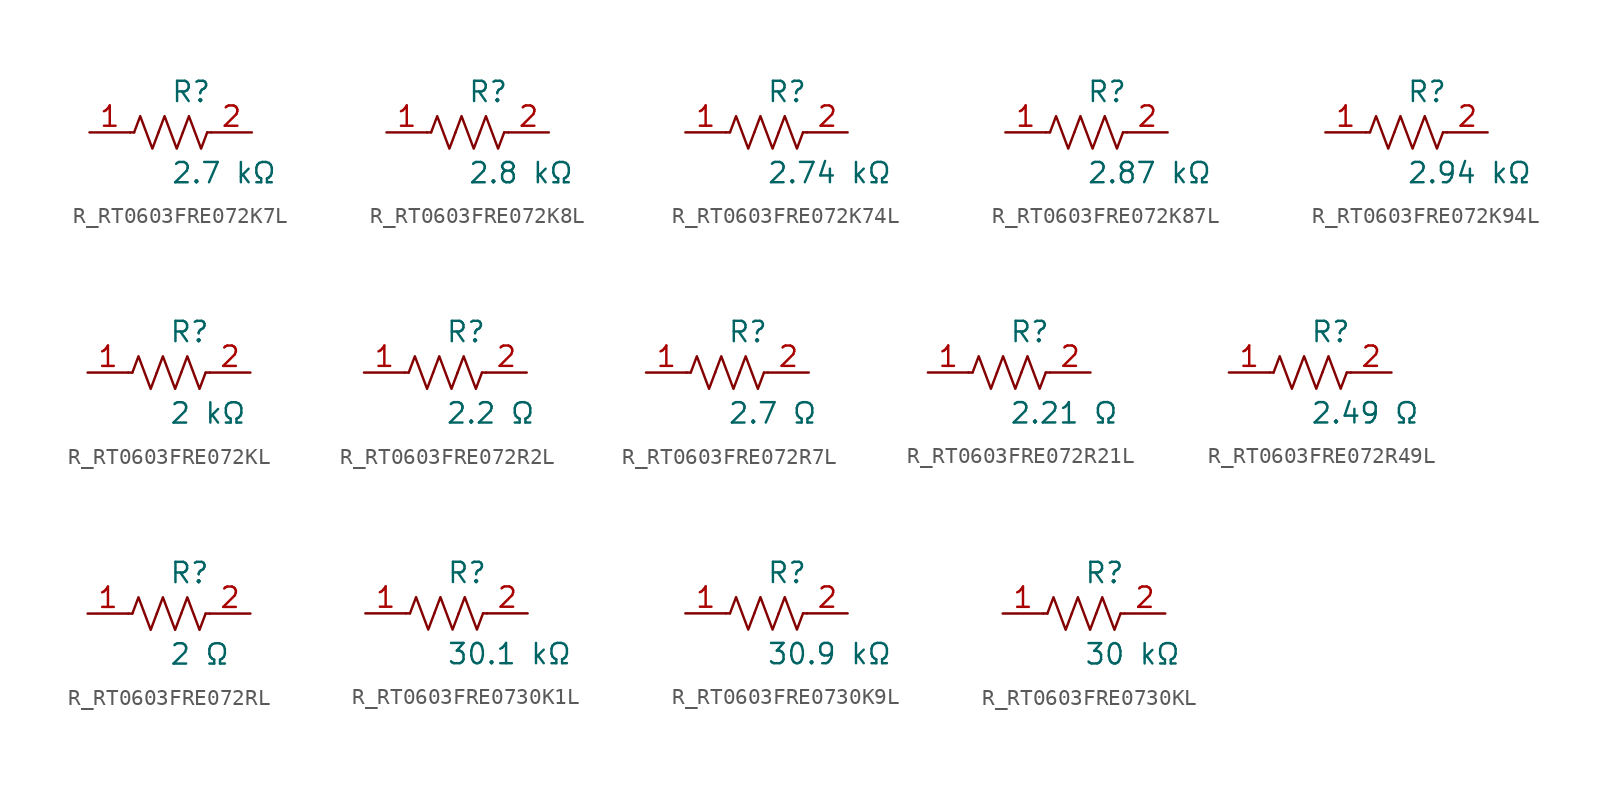
<source format=kicad_sym>
(kicad_symbol_lib
  (version 20231120)
  (generator kicad_symbol_editor)
  (generator_version 8.0)
  (symbol "R_RT0603FRE072K7L"
    (pin_names
      (offset 0.254))
    (property "Reference" "R"
      (at 0.0 2.54 0)
      (effects (font (size 1.27 1.27)) (justify left)))
    (property "Value" "2.7 kΩ"
      (at 0.0 -2.54 0)
      (effects (font (size 1.27 1.27)) (justify left)))
    (symbol "R_RT0603FRE072K7L_0_1"
      (polyline (pts (xy 2.286 0) (xy 2.54 0)) (stroke (width 0) (type default)) (fill (type none)))
      (polyline (pts (xy -2.286 0) (xy -2.54 0)) (stroke (width 0) (type default)) (fill (type none)))
      (polyline (pts (xy 0.762 0) (xy 1.143 1.016) (xy 1.524 0) (xy 1.905 -1.016) (xy 2.286 0)) (stroke (width 0) (type default)) (fill (type none)))
      (polyline (pts (xy -0.762 0) (xy -0.381 1.016) (xy 0 0) (xy 0.381 -1.016) (xy 0.762 0)) (stroke (width 0) (type default)) (fill (type none)))
      (polyline (pts (xy -2.286 0) (xy -1.905 1.016) (xy -1.524 0) (xy -1.143 -1.016) (xy -0.762 0)) (stroke (width 0) (type default)) (fill (type none))))
    (pin unspecified line
      (at -5.08 0 0)
      (length 2.54)
      (name "" (effects (font (size 1.27 1.27))))
      (number "1" (effects (font (size 1.27 1.27)))))
    (pin unspecified line
      (at 5.08 0 180)
      (length 2.54)
      (name "" (effects (font (size 1.27 1.27))))
      (number "2" (effects (font (size 1.27 1.27))))))
  (symbol "R_RT0603FRE072K8L"
    (pin_names
      (offset 0.254))
    (property "Reference" "R"
      (at 0.0 2.54 0)
      (effects (font (size 1.27 1.27)) (justify left)))
    (property "Value" "2.8 kΩ"
      (at 0.0 -2.54 0)
      (effects (font (size 1.27 1.27)) (justify left)))
    (symbol "R_RT0603FRE072K8L_0_1"
      (polyline (pts (xy 2.286 0) (xy 2.54 0)) (stroke (width 0) (type default)) (fill (type none)))
      (polyline (pts (xy -2.286 0) (xy -2.54 0)) (stroke (width 0) (type default)) (fill (type none)))
      (polyline (pts (xy 0.762 0) (xy 1.143 1.016) (xy 1.524 0) (xy 1.905 -1.016) (xy 2.286 0)) (stroke (width 0) (type default)) (fill (type none)))
      (polyline (pts (xy -0.762 0) (xy -0.381 1.016) (xy 0 0) (xy 0.381 -1.016) (xy 0.762 0)) (stroke (width 0) (type default)) (fill (type none)))
      (polyline (pts (xy -2.286 0) (xy -1.905 1.016) (xy -1.524 0) (xy -1.143 -1.016) (xy -0.762 0)) (stroke (width 0) (type default)) (fill (type none))))
    (pin unspecified line
      (at -5.08 0 0)
      (length 2.54)
      (name "" (effects (font (size 1.27 1.27))))
      (number "1" (effects (font (size 1.27 1.27)))))
    (pin unspecified line
      (at 5.08 0 180)
      (length 2.54)
      (name "" (effects (font (size 1.27 1.27))))
      (number "2" (effects (font (size 1.27 1.27))))))
  (symbol "R_RT0603FRE072K74L"
    (pin_names
      (offset 0.254))
    (property "Reference" "R"
      (at 0.0 2.54 0)
      (effects (font (size 1.27 1.27)) (justify left)))
    (property "Value" "2.74 kΩ"
      (at 0.0 -2.54 0)
      (effects (font (size 1.27 1.27)) (justify left)))
    (symbol "R_RT0603FRE072K74L_0_1"
      (polyline (pts (xy 2.286 0) (xy 2.54 0)) (stroke (width 0) (type default)) (fill (type none)))
      (polyline (pts (xy -2.286 0) (xy -2.54 0)) (stroke (width 0) (type default)) (fill (type none)))
      (polyline (pts (xy 0.762 0) (xy 1.143 1.016) (xy 1.524 0) (xy 1.905 -1.016) (xy 2.286 0)) (stroke (width 0) (type default)) (fill (type none)))
      (polyline (pts (xy -0.762 0) (xy -0.381 1.016) (xy 0 0) (xy 0.381 -1.016) (xy 0.762 0)) (stroke (width 0) (type default)) (fill (type none)))
      (polyline (pts (xy -2.286 0) (xy -1.905 1.016) (xy -1.524 0) (xy -1.143 -1.016) (xy -0.762 0)) (stroke (width 0) (type default)) (fill (type none))))
    (pin unspecified line
      (at -5.08 0 0)
      (length 2.54)
      (name "" (effects (font (size 1.27 1.27))))
      (number "1" (effects (font (size 1.27 1.27)))))
    (pin unspecified line
      (at 5.08 0 180)
      (length 2.54)
      (name "" (effects (font (size 1.27 1.27))))
      (number "2" (effects (font (size 1.27 1.27))))))
  (symbol "R_RT0603FRE072K87L"
    (pin_names
      (offset 0.254))
    (property "Reference" "R"
      (at 0.0 2.54 0)
      (effects (font (size 1.27 1.27)) (justify left)))
    (property "Value" "2.87 kΩ"
      (at 0.0 -2.54 0)
      (effects (font (size 1.27 1.27)) (justify left)))
    (symbol "R_RT0603FRE072K87L_0_1"
      (polyline (pts (xy 2.286 0) (xy 2.54 0)) (stroke (width 0) (type default)) (fill (type none)))
      (polyline (pts (xy -2.286 0) (xy -2.54 0)) (stroke (width 0) (type default)) (fill (type none)))
      (polyline (pts (xy 0.762 0) (xy 1.143 1.016) (xy 1.524 0) (xy 1.905 -1.016) (xy 2.286 0)) (stroke (width 0) (type default)) (fill (type none)))
      (polyline (pts (xy -0.762 0) (xy -0.381 1.016) (xy 0 0) (xy 0.381 -1.016) (xy 0.762 0)) (stroke (width 0) (type default)) (fill (type none)))
      (polyline (pts (xy -2.286 0) (xy -1.905 1.016) (xy -1.524 0) (xy -1.143 -1.016) (xy -0.762 0)) (stroke (width 0) (type default)) (fill (type none))))
    (pin unspecified line
      (at -5.08 0 0)
      (length 2.54)
      (name "" (effects (font (size 1.27 1.27))))
      (number "1" (effects (font (size 1.27 1.27)))))
    (pin unspecified line
      (at 5.08 0 180)
      (length 2.54)
      (name "" (effects (font (size 1.27 1.27))))
      (number "2" (effects (font (size 1.27 1.27))))))
  (symbol "R_RT0603FRE072K94L"
    (pin_names
      (offset 0.254))
    (property "Reference" "R"
      (at 0.0 2.54 0)
      (effects (font (size 1.27 1.27)) (justify left)))
    (property "Value" "2.94 kΩ"
      (at 0.0 -2.54 0)
      (effects (font (size 1.27 1.27)) (justify left)))
    (symbol "R_RT0603FRE072K94L_0_1"
      (polyline (pts (xy 2.286 0) (xy 2.54 0)) (stroke (width 0) (type default)) (fill (type none)))
      (polyline (pts (xy -2.286 0) (xy -2.54 0)) (stroke (width 0) (type default)) (fill (type none)))
      (polyline (pts (xy 0.762 0) (xy 1.143 1.016) (xy 1.524 0) (xy 1.905 -1.016) (xy 2.286 0)) (stroke (width 0) (type default)) (fill (type none)))
      (polyline (pts (xy -0.762 0) (xy -0.381 1.016) (xy 0 0) (xy 0.381 -1.016) (xy 0.762 0)) (stroke (width 0) (type default)) (fill (type none)))
      (polyline (pts (xy -2.286 0) (xy -1.905 1.016) (xy -1.524 0) (xy -1.143 -1.016) (xy -0.762 0)) (stroke (width 0) (type default)) (fill (type none))))
    (pin unspecified line
      (at -5.08 0 0)
      (length 2.54)
      (name "" (effects (font (size 1.27 1.27))))
      (number "1" (effects (font (size 1.27 1.27)))))
    (pin unspecified line
      (at 5.08 0 180)
      (length 2.54)
      (name "" (effects (font (size 1.27 1.27))))
      (number "2" (effects (font (size 1.27 1.27))))))
  (symbol "R_RT0603FRE072KL"
    (pin_names
      (offset 0.254))
    (property "Reference" "R"
      (at 0.0 2.54 0)
      (effects (font (size 1.27 1.27)) (justify left)))
    (property "Value" "2 kΩ"
      (at 0.0 -2.54 0)
      (effects (font (size 1.27 1.27)) (justify left)))
    (symbol "R_RT0603FRE072KL_0_1"
      (polyline (pts (xy 2.286 0) (xy 2.54 0)) (stroke (width 0) (type default)) (fill (type none)))
      (polyline (pts (xy -2.286 0) (xy -2.54 0)) (stroke (width 0) (type default)) (fill (type none)))
      (polyline (pts (xy 0.762 0) (xy 1.143 1.016) (xy 1.524 0) (xy 1.905 -1.016) (xy 2.286 0)) (stroke (width 0) (type default)) (fill (type none)))
      (polyline (pts (xy -0.762 0) (xy -0.381 1.016) (xy 0 0) (xy 0.381 -1.016) (xy 0.762 0)) (stroke (width 0) (type default)) (fill (type none)))
      (polyline (pts (xy -2.286 0) (xy -1.905 1.016) (xy -1.524 0) (xy -1.143 -1.016) (xy -0.762 0)) (stroke (width 0) (type default)) (fill (type none))))
    (pin unspecified line
      (at -5.08 0 0)
      (length 2.54)
      (name "" (effects (font (size 1.27 1.27))))
      (number "1" (effects (font (size 1.27 1.27)))))
    (pin unspecified line
      (at 5.08 0 180)
      (length 2.54)
      (name "" (effects (font (size 1.27 1.27))))
      (number "2" (effects (font (size 1.27 1.27))))))
  (symbol "R_RT0603FRE072R2L"
    (pin_names
      (offset 0.254))
    (property "Reference" "R"
      (at 0.0 2.54 0)
      (effects (font (size 1.27 1.27)) (justify left)))
    (property "Value" "2.2 Ω"
      (at 0.0 -2.54 0)
      (effects (font (size 1.27 1.27)) (justify left)))
    (symbol "R_RT0603FRE072R2L_0_1"
      (polyline (pts (xy 2.286 0) (xy 2.54 0)) (stroke (width 0) (type default)) (fill (type none)))
      (polyline (pts (xy -2.286 0) (xy -2.54 0)) (stroke (width 0) (type default)) (fill (type none)))
      (polyline (pts (xy 0.762 0) (xy 1.143 1.016) (xy 1.524 0) (xy 1.905 -1.016) (xy 2.286 0)) (stroke (width 0) (type default)) (fill (type none)))
      (polyline (pts (xy -0.762 0) (xy -0.381 1.016) (xy 0 0) (xy 0.381 -1.016) (xy 0.762 0)) (stroke (width 0) (type default)) (fill (type none)))
      (polyline (pts (xy -2.286 0) (xy -1.905 1.016) (xy -1.524 0) (xy -1.143 -1.016) (xy -0.762 0)) (stroke (width 0) (type default)) (fill (type none))))
    (pin unspecified line
      (at -5.08 0 0)
      (length 2.54)
      (name "" (effects (font (size 1.27 1.27))))
      (number "1" (effects (font (size 1.27 1.27)))))
    (pin unspecified line
      (at 5.08 0 180)
      (length 2.54)
      (name "" (effects (font (size 1.27 1.27))))
      (number "2" (effects (font (size 1.27 1.27))))))
  (symbol "R_RT0603FRE072R7L"
    (pin_names
      (offset 0.254))
    (property "Reference" "R"
      (at 0.0 2.54 0)
      (effects (font (size 1.27 1.27)) (justify left)))
    (property "Value" "2.7 Ω"
      (at 0.0 -2.54 0)
      (effects (font (size 1.27 1.27)) (justify left)))
    (symbol "R_RT0603FRE072R7L_0_1"
      (polyline (pts (xy 2.286 0) (xy 2.54 0)) (stroke (width 0) (type default)) (fill (type none)))
      (polyline (pts (xy -2.286 0) (xy -2.54 0)) (stroke (width 0) (type default)) (fill (type none)))
      (polyline (pts (xy 0.762 0) (xy 1.143 1.016) (xy 1.524 0) (xy 1.905 -1.016) (xy 2.286 0)) (stroke (width 0) (type default)) (fill (type none)))
      (polyline (pts (xy -0.762 0) (xy -0.381 1.016) (xy 0 0) (xy 0.381 -1.016) (xy 0.762 0)) (stroke (width 0) (type default)) (fill (type none)))
      (polyline (pts (xy -2.286 0) (xy -1.905 1.016) (xy -1.524 0) (xy -1.143 -1.016) (xy -0.762 0)) (stroke (width 0) (type default)) (fill (type none))))
    (pin unspecified line
      (at -5.08 0 0)
      (length 2.54)
      (name "" (effects (font (size 1.27 1.27))))
      (number "1" (effects (font (size 1.27 1.27)))))
    (pin unspecified line
      (at 5.08 0 180)
      (length 2.54)
      (name "" (effects (font (size 1.27 1.27))))
      (number "2" (effects (font (size 1.27 1.27))))))
  (symbol "R_RT0603FRE072R21L"
    (pin_names
      (offset 0.254))
    (property "Reference" "R"
      (at 0.0 2.54 0)
      (effects (font (size 1.27 1.27)) (justify left)))
    (property "Value" "2.21 Ω"
      (at 0.0 -2.54 0)
      (effects (font (size 1.27 1.27)) (justify left)))
    (symbol "R_RT0603FRE072R21L_0_1"
      (polyline (pts (xy 2.286 0) (xy 2.54 0)) (stroke (width 0) (type default)) (fill (type none)))
      (polyline (pts (xy -2.286 0) (xy -2.54 0)) (stroke (width 0) (type default)) (fill (type none)))
      (polyline (pts (xy 0.762 0) (xy 1.143 1.016) (xy 1.524 0) (xy 1.905 -1.016) (xy 2.286 0)) (stroke (width 0) (type default)) (fill (type none)))
      (polyline (pts (xy -0.762 0) (xy -0.381 1.016) (xy 0 0) (xy 0.381 -1.016) (xy 0.762 0)) (stroke (width 0) (type default)) (fill (type none)))
      (polyline (pts (xy -2.286 0) (xy -1.905 1.016) (xy -1.524 0) (xy -1.143 -1.016) (xy -0.762 0)) (stroke (width 0) (type default)) (fill (type none))))
    (pin unspecified line
      (at -5.08 0 0)
      (length 2.54)
      (name "" (effects (font (size 1.27 1.27))))
      (number "1" (effects (font (size 1.27 1.27)))))
    (pin unspecified line
      (at 5.08 0 180)
      (length 2.54)
      (name "" (effects (font (size 1.27 1.27))))
      (number "2" (effects (font (size 1.27 1.27))))))
  (symbol "R_RT0603FRE072R49L"
    (pin_names
      (offset 0.254))
    (property "Reference" "R"
      (at 0.0 2.54 0)
      (effects (font (size 1.27 1.27)) (justify left)))
    (property "Value" "2.49 Ω"
      (at 0.0 -2.54 0)
      (effects (font (size 1.27 1.27)) (justify left)))
    (symbol "R_RT0603FRE072R49L_0_1"
      (polyline (pts (xy 2.286 0) (xy 2.54 0)) (stroke (width 0) (type default)) (fill (type none)))
      (polyline (pts (xy -2.286 0) (xy -2.54 0)) (stroke (width 0) (type default)) (fill (type none)))
      (polyline (pts (xy 0.762 0) (xy 1.143 1.016) (xy 1.524 0) (xy 1.905 -1.016) (xy 2.286 0)) (stroke (width 0) (type default)) (fill (type none)))
      (polyline (pts (xy -0.762 0) (xy -0.381 1.016) (xy 0 0) (xy 0.381 -1.016) (xy 0.762 0)) (stroke (width 0) (type default)) (fill (type none)))
      (polyline (pts (xy -2.286 0) (xy -1.905 1.016) (xy -1.524 0) (xy -1.143 -1.016) (xy -0.762 0)) (stroke (width 0) (type default)) (fill (type none))))
    (pin unspecified line
      (at -5.08 0 0)
      (length 2.54)
      (name "" (effects (font (size 1.27 1.27))))
      (number "1" (effects (font (size 1.27 1.27)))))
    (pin unspecified line
      (at 5.08 0 180)
      (length 2.54)
      (name "" (effects (font (size 1.27 1.27))))
      (number "2" (effects (font (size 1.27 1.27))))))
  (symbol "R_RT0603FRE072RL"
    (pin_names
      (offset 0.254))
    (property "Reference" "R"
      (at 0.0 2.54 0)
      (effects (font (size 1.27 1.27)) (justify left)))
    (property "Value" "2 Ω"
      (at 0.0 -2.54 0)
      (effects (font (size 1.27 1.27)) (justify left)))
    (symbol "R_RT0603FRE072RL_0_1"
      (polyline (pts (xy 2.286 0) (xy 2.54 0)) (stroke (width 0) (type default)) (fill (type none)))
      (polyline (pts (xy -2.286 0) (xy -2.54 0)) (stroke (width 0) (type default)) (fill (type none)))
      (polyline (pts (xy 0.762 0) (xy 1.143 1.016) (xy 1.524 0) (xy 1.905 -1.016) (xy 2.286 0)) (stroke (width 0) (type default)) (fill (type none)))
      (polyline (pts (xy -0.762 0) (xy -0.381 1.016) (xy 0 0) (xy 0.381 -1.016) (xy 0.762 0)) (stroke (width 0) (type default)) (fill (type none)))
      (polyline (pts (xy -2.286 0) (xy -1.905 1.016) (xy -1.524 0) (xy -1.143 -1.016) (xy -0.762 0)) (stroke (width 0) (type default)) (fill (type none))))
    (pin unspecified line
      (at -5.08 0 0)
      (length 2.54)
      (name "" (effects (font (size 1.27 1.27))))
      (number "1" (effects (font (size 1.27 1.27)))))
    (pin unspecified line
      (at 5.08 0 180)
      (length 2.54)
      (name "" (effects (font (size 1.27 1.27))))
      (number "2" (effects (font (size 1.27 1.27))))))
  (symbol "R_RT0603FRE0730K1L"
    (pin_names
      (offset 0.254))
    (property "Reference" "R"
      (at 0.0 2.54 0)
      (effects (font (size 1.27 1.27)) (justify left)))
    (property "Value" "30.1 kΩ"
      (at 0.0 -2.54 0)
      (effects (font (size 1.27 1.27)) (justify left)))
    (symbol "R_RT0603FRE0730K1L_0_1"
      (polyline (pts (xy 2.286 0) (xy 2.54 0)) (stroke (width 0) (type default)) (fill (type none)))
      (polyline (pts (xy -2.286 0) (xy -2.54 0)) (stroke (width 0) (type default)) (fill (type none)))
      (polyline (pts (xy 0.762 0) (xy 1.143 1.016) (xy 1.524 0) (xy 1.905 -1.016) (xy 2.286 0)) (stroke (width 0) (type default)) (fill (type none)))
      (polyline (pts (xy -0.762 0) (xy -0.381 1.016) (xy 0 0) (xy 0.381 -1.016) (xy 0.762 0)) (stroke (width 0) (type default)) (fill (type none)))
      (polyline (pts (xy -2.286 0) (xy -1.905 1.016) (xy -1.524 0) (xy -1.143 -1.016) (xy -0.762 0)) (stroke (width 0) (type default)) (fill (type none))))
    (pin unspecified line
      (at -5.08 0 0)
      (length 2.54)
      (name "" (effects (font (size 1.27 1.27))))
      (number "1" (effects (font (size 1.27 1.27)))))
    (pin unspecified line
      (at 5.08 0 180)
      (length 2.54)
      (name "" (effects (font (size 1.27 1.27))))
      (number "2" (effects (font (size 1.27 1.27))))))
  (symbol "R_RT0603FRE0730K9L"
    (pin_names
      (offset 0.254))
    (property "Reference" "R"
      (at 0.0 2.54 0)
      (effects (font (size 1.27 1.27)) (justify left)))
    (property "Value" "30.9 kΩ"
      (at 0.0 -2.54 0)
      (effects (font (size 1.27 1.27)) (justify left)))
    (symbol "R_RT0603FRE0730K9L_0_1"
      (polyline (pts (xy 2.286 0) (xy 2.54 0)) (stroke (width 0) (type default)) (fill (type none)))
      (polyline (pts (xy -2.286 0) (xy -2.54 0)) (stroke (width 0) (type default)) (fill (type none)))
      (polyline (pts (xy 0.762 0) (xy 1.143 1.016) (xy 1.524 0) (xy 1.905 -1.016) (xy 2.286 0)) (stroke (width 0) (type default)) (fill (type none)))
      (polyline (pts (xy -0.762 0) (xy -0.381 1.016) (xy 0 0) (xy 0.381 -1.016) (xy 0.762 0)) (stroke (width 0) (type default)) (fill (type none)))
      (polyline (pts (xy -2.286 0) (xy -1.905 1.016) (xy -1.524 0) (xy -1.143 -1.016) (xy -0.762 0)) (stroke (width 0) (type default)) (fill (type none))))
    (pin unspecified line
      (at -5.08 0 0)
      (length 2.54)
      (name "" (effects (font (size 1.27 1.27))))
      (number "1" (effects (font (size 1.27 1.27)))))
    (pin unspecified line
      (at 5.08 0 180)
      (length 2.54)
      (name "" (effects (font (size 1.27 1.27))))
      (number "2" (effects (font (size 1.27 1.27))))))
  (symbol "R_RT0603FRE0730KL"
    (pin_names
      (offset 0.254))
    (property "Reference" "R"
      (at 0.0 2.54 0)
      (effects (font (size 1.27 1.27)) (justify left)))
    (property "Value" "30 kΩ"
      (at 0.0 -2.54 0)
      (effects (font (size 1.27 1.27)) (justify left)))
    (symbol "R_RT0603FRE0730KL_0_1"
      (polyline (pts (xy 2.286 0) (xy 2.54 0)) (stroke (width 0) (type default)) (fill (type none)))
      (polyline (pts (xy -2.286 0) (xy -2.54 0)) (stroke (width 0) (type default)) (fill (type none)))
      (polyline (pts (xy 0.762 0) (xy 1.143 1.016) (xy 1.524 0) (xy 1.905 -1.016) (xy 2.286 0)) (stroke (width 0) (type default)) (fill (type none)))
      (polyline (pts (xy -0.762 0) (xy -0.381 1.016) (xy 0 0) (xy 0.381 -1.016) (xy 0.762 0)) (stroke (width 0) (type default)) (fill (type none)))
      (polyline (pts (xy -2.286 0) (xy -1.905 1.016) (xy -1.524 0) (xy -1.143 -1.016) (xy -0.762 0)) (stroke (width 0) (type default)) (fill (type none))))
    (pin unspecified line
      (at -5.08 0 0)
      (length 2.54)
      (name "" (effects (font (size 1.27 1.27))))
      (number "1" (effects (font (size 1.27 1.27)))))
    (pin unspecified line
      (at 5.08 0 180)
      (length 2.54)
      (name "" (effects (font (size 1.27 1.27))))
      (number "2" (effects (font (size 1.27 1.27)))))))
</source>
